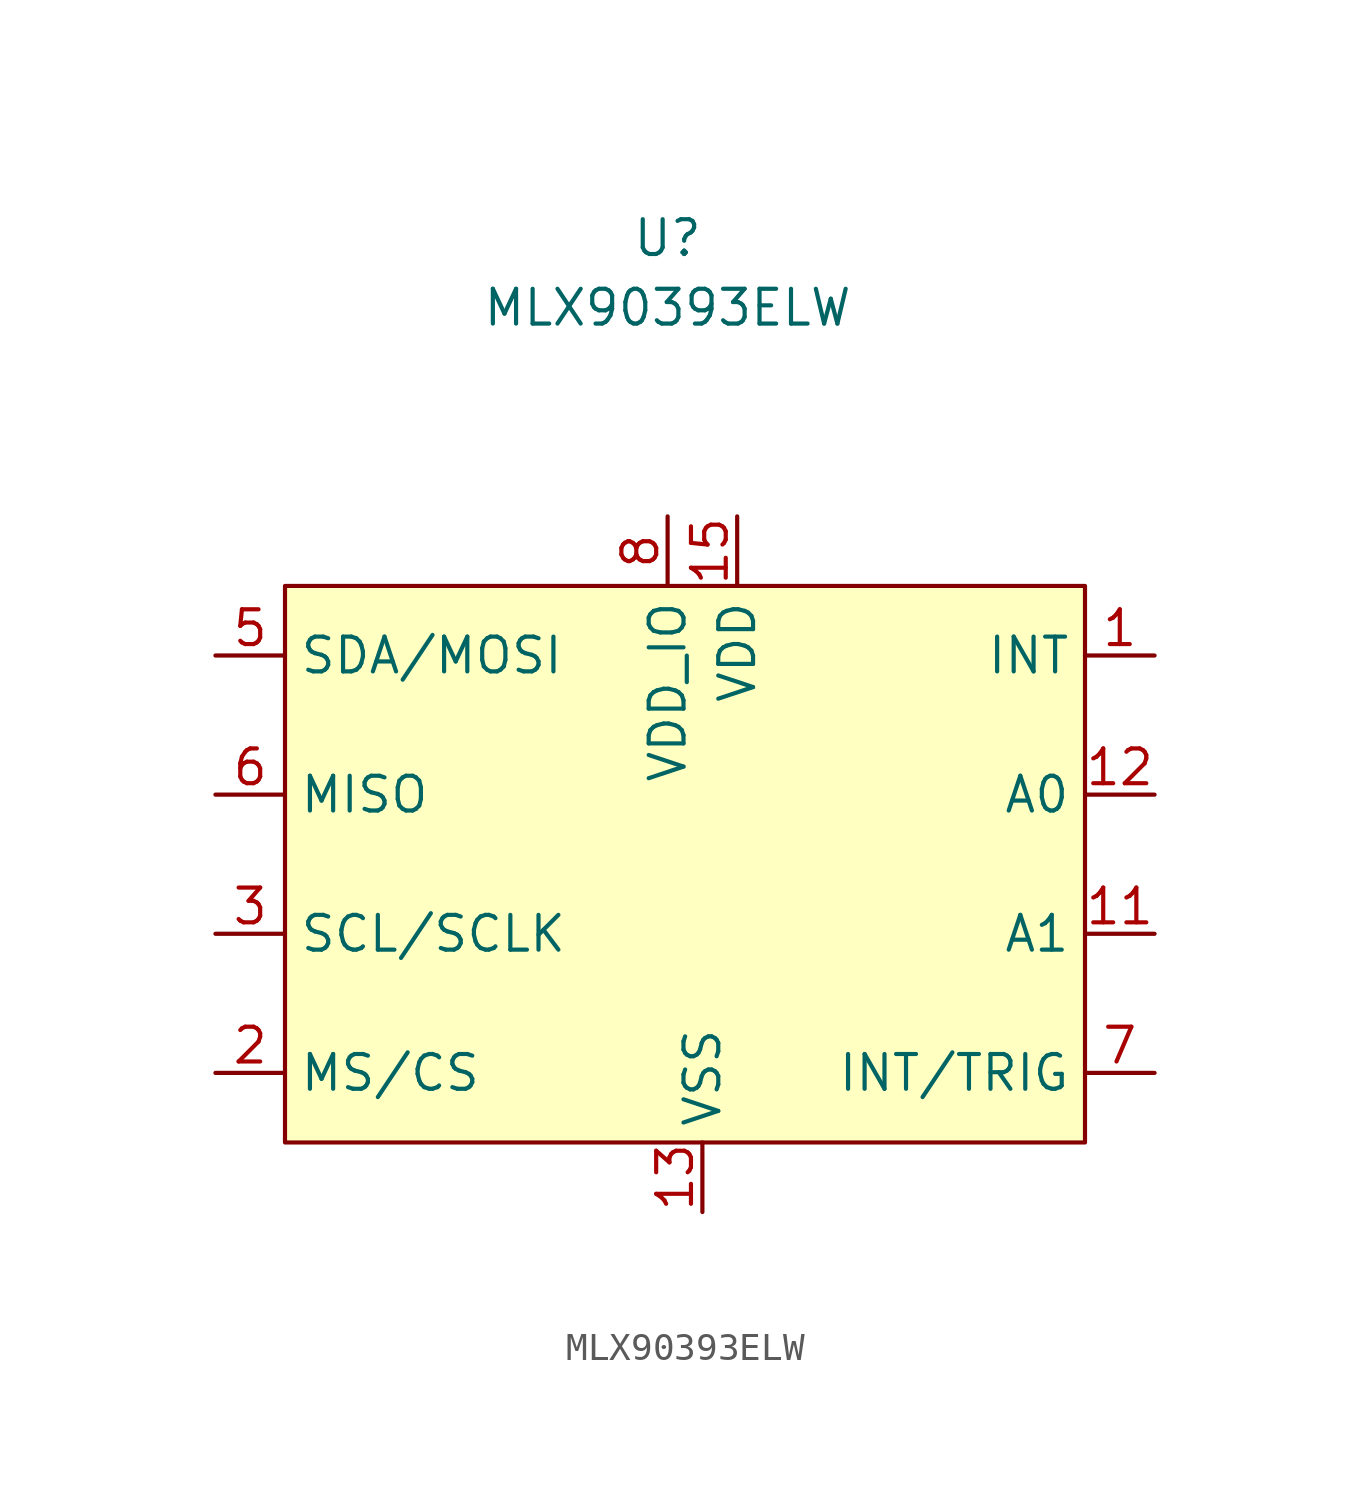
<source format=kicad_sym>
(kicad_symbol_lib
  (version 20220914)
  (generator kicad_symbol_editor)
  (symbol "MLX90393ELW"
    (property "Reference" "U"
      (at -2.54 22.86 0)
      (effects (font (size 1.27 1.27))))
    (property "Value" "MLX90393ELW"
      (at -2.54 20.32 0)
      (effects (font (size 1.27 1.27))))
    (symbol "MLX90393ELW_1_1"
      (rectangle (start -16.51 10.16) (end 12.7 -10.16) (stroke (width 0) (type default)) (fill (type background)))
      (pin input line (at 15.24 7.62 180) (length 2.54) (name "INT" (effects (font (size 1.27 1.27)))) (number "1" (effects (font (size 1.27 1.27)))))
      (pin input line (at -1.27 -12.7 90) (length 2.54) hide (name "NC" (effects (font (size 1.27 1.27)))) (number "10" (effects (font (size 1.27 1.27)))))
      (pin input line (at 15.24 -2.54 180) (length 2.54) (name "A1" (effects (font (size 1.27 1.27)))) (number "11" (effects (font (size 1.27 1.27)))))
      (pin input line (at 15.24 2.54 180) (length 2.54) (name "A0" (effects (font (size 1.27 1.27)))) (number "12" (effects (font (size 1.27 1.27)))))
      (pin input line (at -1.27 -12.7 90) (length 2.54) (name "VSS" (effects (font (size 1.27 1.27)))) (number "13" (effects (font (size 1.27 1.27)))))
      (pin input line (at -1.27 -12.7 90) (length 2.54) hide (name "NC" (effects (font (size 1.27 1.27)))) (number "14" (effects (font (size 1.27 1.27)))))
      (pin input line (at 0 12.7 270) (length 2.54) (name "VDD" (effects (font (size 1.27 1.27)))) (number "15" (effects (font (size 1.27 1.27)))))
      (pin input line (at -1.27 -12.7 90) (length 2.54) hide (name "NC" (effects (font (size 1.27 1.27)))) (number "16" (effects (font (size 1.27 1.27)))))
      (pin input line (at -1.27 -12.7 90) (length 2.54) hide (name "GND" (effects (font (size 1.27 1.27)))) (number "17" (effects (font (size 1.27 1.27)))))
      (pin input line (at -19.05 -7.62 0) (length 2.54) (name "MS/CS" (effects (font (size 1.27 1.27)))) (number "2" (effects (font (size 1.27 1.27)))))
      (pin input line (at -19.05 -2.54 0) (length 2.54) (name "SCL/SCLK" (effects (font (size 1.27 1.27)))) (number "3" (effects (font (size 1.27 1.27)))))
      (pin input line (at -1.27 -12.7 90) (length 2.54) hide (name "NC" (effects (font (size 1.27 1.27)))) (number "4" (effects (font (size 1.27 1.27)))))
      (pin input line (at -19.05 7.62 0) (length 2.54) (name "SDA/MOSI" (effects (font (size 1.27 1.27)))) (number "5" (effects (font (size 1.27 1.27)))))
      (pin input line (at -19.05 2.54 0) (length 2.54) (name "MISO" (effects (font (size 1.27 1.27)))) (number "6" (effects (font (size 1.27 1.27)))))
      (pin input line (at 15.24 -7.62 180) (length 2.54) (name "INT/TRIG" (effects (font (size 1.27 1.27)))) (number "7" (effects (font (size 1.27 1.27)))))
      (pin input line (at -2.54 12.7 270) (length 2.54) (name "VDD_IO" (effects (font (size 1.27 1.27)))) (number "8" (effects (font (size 1.27 1.27)))))
      (pin input line (at -1.27 -12.7 90) (length 2.54) hide (name "NC" (effects (font (size 1.27 1.27)))) (number "9" (effects (font (size 1.27 1.27))))))))
</source>
